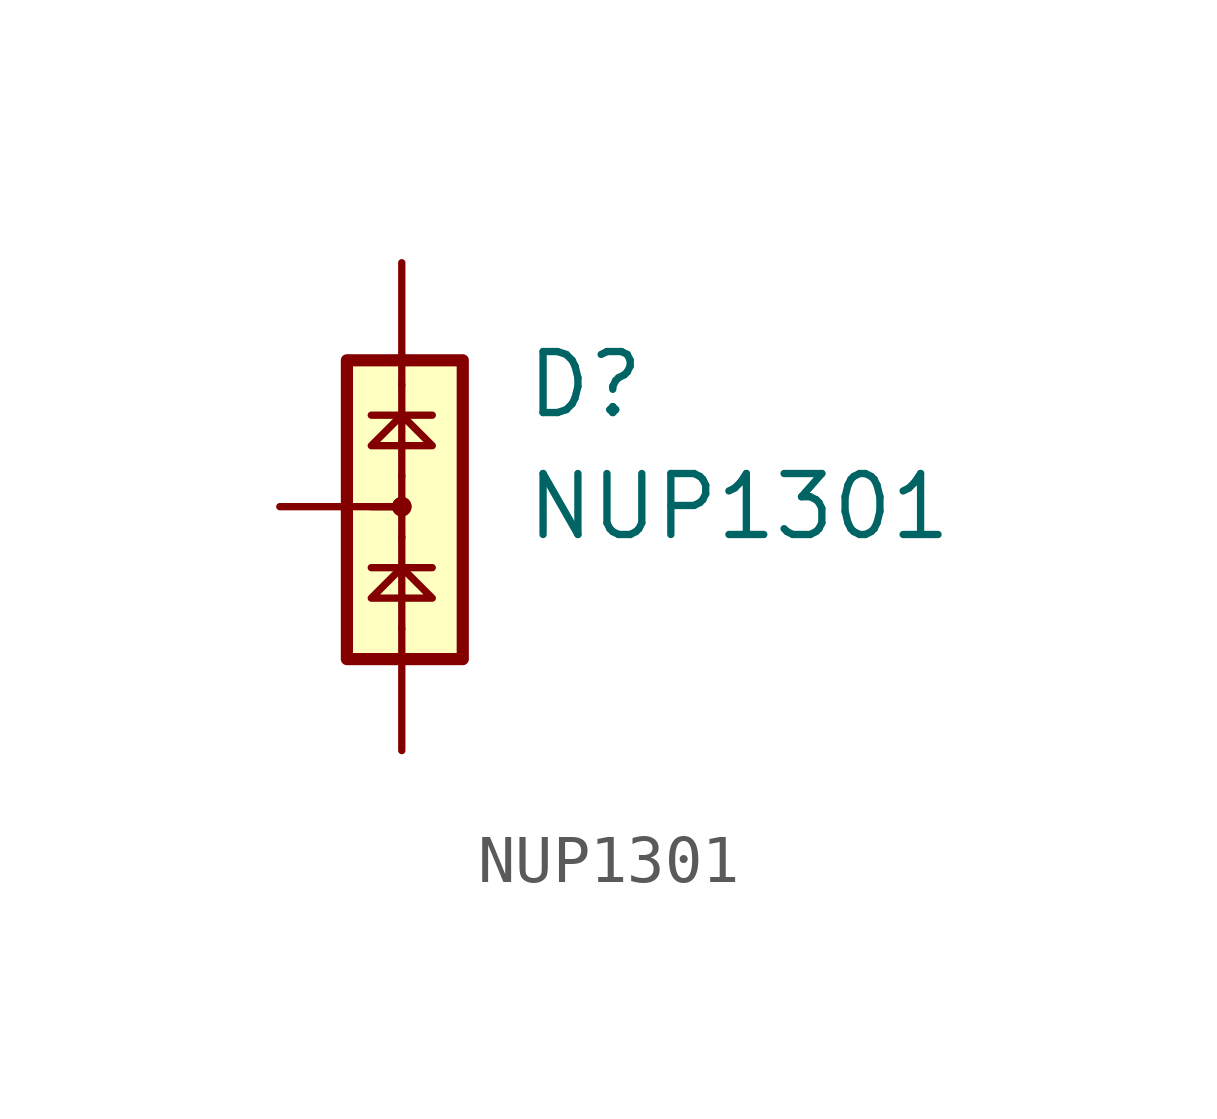
<source format=kicad_sym>
(kicad_symbol_lib
  (version 20211014)
  (generator kicad_symbol_editor)
  (symbol "NUP1301"
    (pin_numbers hide)
    (property "Reference" "D"
      (at 2.54 2.54 0)
      (effects (font (size 1.27 1.27)) (justify left)))
    (property "Value" "NUP1301"
      (at 2.54 0 0)
      (effects (font (size 1.27 1.27)) (justify left)))
    (symbol "NUP1301_0_0"
      (text "" (at 1.905 0 0) (effects (font (size 1.27 1.27)))))
    (symbol "NUP1301_0_1"
      (rectangle (start -1.143 3.048) (end 1.27 -3.175) (stroke (width 0.254) (type default) (color 0 0 0 0)) (fill (type background)))
      (polyline (pts (xy -0.635 -1.27) (xy 0.635 -1.27)) (stroke (width 0) (type default) (color 0 0 0 0)) (fill (type none)))
      (polyline (pts (xy -0.635 0) (xy -0.127 0)) (stroke (width 0) (type default) (color 0 0 0 0)) (fill (type none)))
      (polyline (pts (xy -0.635 1.905) (xy 0.635 1.905)) (stroke (width 0) (type default) (color 0 0 0 0)) (fill (type none)))
      (polyline (pts (xy 0 -2.54) (xy 0 -0.635)) (stroke (width 0) (type default) (color 0 0 0 0)) (fill (type none)))
      (polyline (pts (xy 0 0.635) (xy 0 -0.635)) (stroke (width 0) (type default) (color 0 0 0 0)) (fill (type none)))
      (polyline (pts (xy 0 0.635) (xy 0 2.54)) (stroke (width 0) (type default) (color 0 0 0 0)) (fill (type none)))
      (polyline (pts (xy -0.635 -1.905) (xy 0.635 -1.905) (xy 0 -1.27) (xy -0.635 -1.905)) (stroke (width 0) (type default) (color 0 0 0 0)) (fill (type none)))
      (polyline (pts (xy -0.635 1.27) (xy 0.635 1.27) (xy 0 1.905) (xy -0.635 1.27)) (stroke (width 0) (type default) (color 0 0 0 0)) (fill (type none)))
      (circle (center 0 0) (radius 0.127) (stroke (width 0) (type default) (color 0 0 0 0)) (fill (type none)))
      (circle (center 0 0) (radius 0.127) (stroke (width 0) (type default) (color 0 0 0 0)) (fill (type none))))
    (symbol "NUP1301_1_1"
      (pin passive line (at 0 -5.08 90) (length 2.54) (name "~" (effects (font (size 1.27 1.27)))) (number "1" (effects (font (size 1.27 1.27)))))
      (pin passive line (at 0 5.08 270) (length 2.54) (name "~" (effects (font (size 1.27 1.27)))) (number "2" (effects (font (size 1.27 1.27)))))
      (pin passive line (at -2.54 0 0) (length 2.54) (name "~" (effects (font (size 1.27 1.27)))) (number "3" (effects (font (size 1.27 1.27))))))))
</source>
